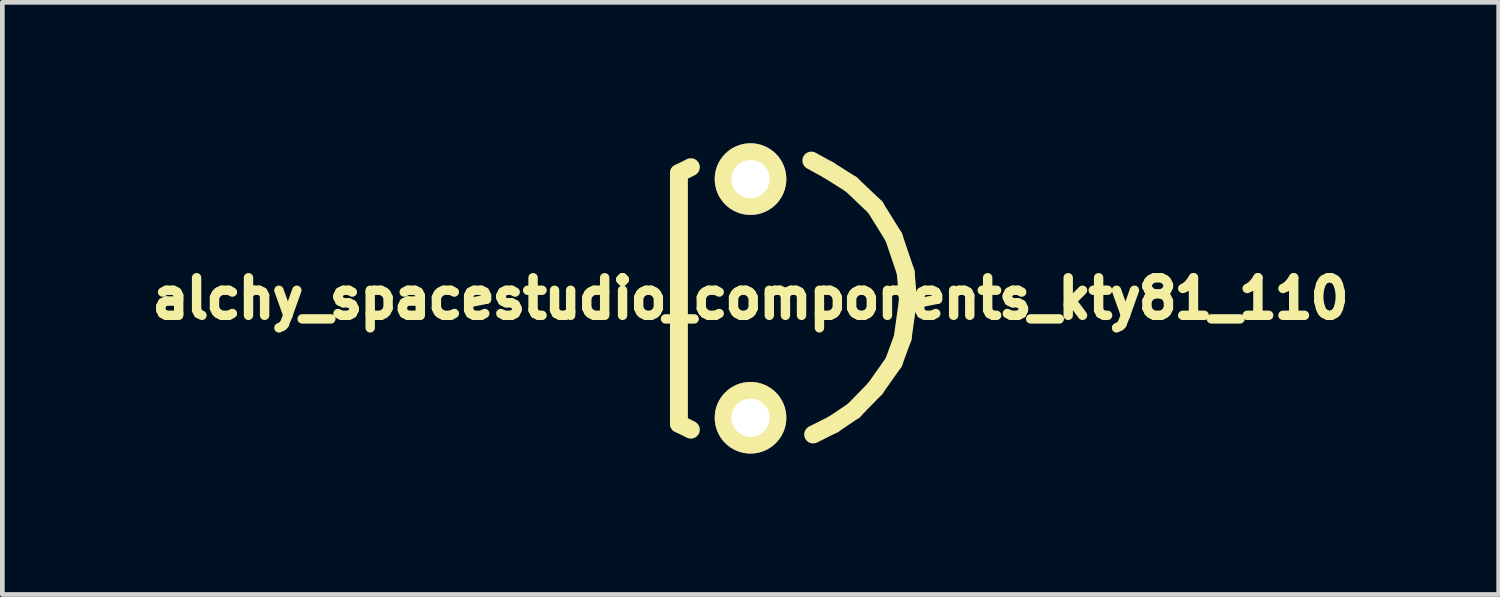
<source format=kicad_pcb>
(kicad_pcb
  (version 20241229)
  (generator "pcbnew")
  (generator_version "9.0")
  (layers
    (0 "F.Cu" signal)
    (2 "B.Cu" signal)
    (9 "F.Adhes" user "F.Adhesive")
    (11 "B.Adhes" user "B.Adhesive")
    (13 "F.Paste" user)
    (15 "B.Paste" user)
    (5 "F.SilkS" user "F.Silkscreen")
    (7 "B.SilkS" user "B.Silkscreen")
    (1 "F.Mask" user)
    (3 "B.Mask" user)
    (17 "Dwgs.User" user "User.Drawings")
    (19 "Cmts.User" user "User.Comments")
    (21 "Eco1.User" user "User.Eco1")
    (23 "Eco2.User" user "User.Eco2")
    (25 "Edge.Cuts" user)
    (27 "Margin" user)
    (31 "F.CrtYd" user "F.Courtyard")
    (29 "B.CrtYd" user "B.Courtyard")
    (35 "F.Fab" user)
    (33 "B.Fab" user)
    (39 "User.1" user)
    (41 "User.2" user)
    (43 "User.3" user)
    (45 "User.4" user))
  (footprint "alchy_spacestudio_components_kty81_110"
    (layer "F.Cu")
    (at 12.925 3.302)
    (property "Reference" "alchy_spacestudio_components_kty81_110" (at 0 0 0) (layer "F.SilkS") (effects (font (size 0.8 0.8) (thickness 0.2))))
    (attr through_hole)
    (fp_line (start -1.524 -2.667) (end -1.524 2.667) (stroke (width 0.381) (type solid)) (layer "F.SilkS"))
    (fp_line (start -1.524 -2.667) (end -1.27 -2.794) (stroke (width 0.381) (type solid)) (layer "F.SilkS"))
    (fp_line (start -1.524 2.667) (end -1.27 2.794) (stroke (width 0.381) (type solid)) (layer "F.SilkS"))
    (fp_line (start 1.295 -2.934) (end 1.664 -2.731) (stroke (width 0.381) (type solid)) (layer "F.SilkS"))
    (fp_line (start 1.664 -2.731) (end 2.146 -2.426) (stroke (width 0.381) (type solid)) (layer "F.SilkS"))
    (fp_line (start 1.765 2.68) (end 1.333 2.896) (stroke (width 0.381) (type solid)) (layer "F.SilkS"))
    (fp_line (start 2.146 -2.426) (end 2.654 -1.943) (stroke (width 0.381) (type solid)) (layer "F.SilkS"))
    (fp_line (start 2.197 2.388) (end 1.765 2.68) (stroke (width 0.381) (type solid)) (layer "F.SilkS"))
    (fp_line (start 2.654 -1.943) (end 3.048 -1.308) (stroke (width 0.381) (type solid)) (layer "F.SilkS"))
    (fp_line (start 2.654 1.918) (end 2.197 2.388) (stroke (width 0.381) (type solid)) (layer "F.SilkS"))
    (fp_line (start 3.048 -1.308) (end 3.302 -0.559) (stroke (width 0.381) (type solid)) (layer "F.SilkS"))
    (fp_line (start 3.048 1.359) (end 2.654 1.918) (stroke (width 0.381) (type solid)) (layer "F.SilkS"))
    (fp_line (start 3.239 0.838) (end 3.048 1.359) (stroke (width 0.381) (type solid)) (layer "F.SilkS"))
    (fp_line (start 3.302 -0.559) (end 3.353 0.025) (stroke (width 0.381) (type solid)) (layer "F.SilkS"))
    (fp_line (start 3.353 0.025) (end 3.239 0.838) (stroke (width 0.381) (type solid)) (layer "F.SilkS"))
    (pad "1" thru_hole circle (at 0 -2.54) (size 1.524 1.524) (drill 0.813) (layers "*.Cu" "*.Mask" "F.SilkS"))
    (pad "2" thru_hole circle (at 0 2.54) (size 1.524 1.524) (drill 0.813) (layers "*.Cu" "*.Mask" "F.SilkS")))
  (gr_rect
    (start -3 -3)
    (end 28.85 9.604)
    (stroke (width 0.1) (type default))
    (fill no)
    (layer "Edge.Cuts")))
</source>
